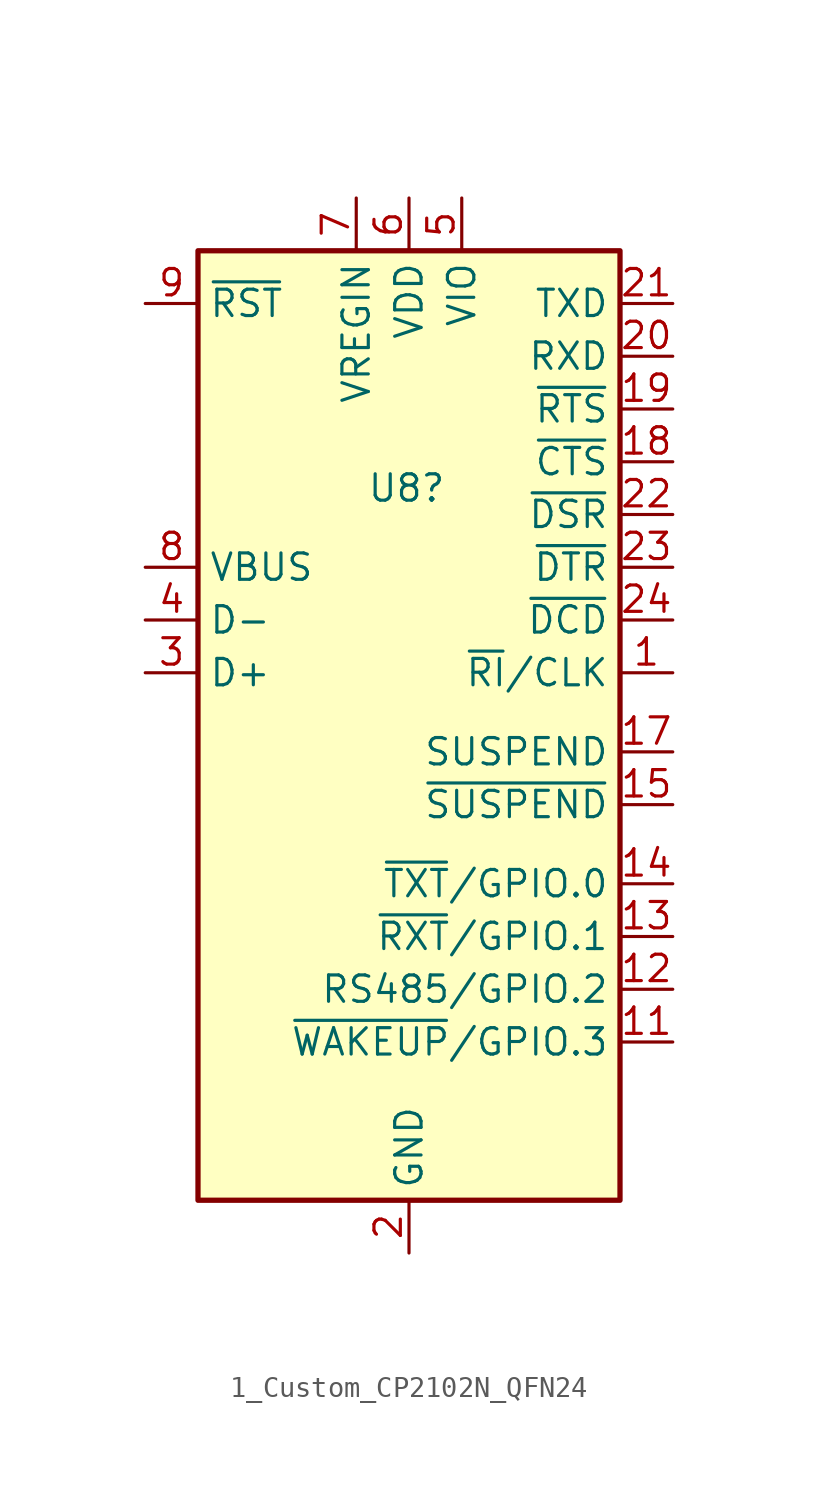
<source format=kicad_sym>
(kicad_symbol_lib
  (version 20241209)
  (generator "kicad_symbol_editor")
  (generator_version "9.0")
  (symbol "1_Custom_CP2102N_QFN24"
    (property "Reference" "U8"
      (at -2.032 13.97 0)
      (effects (font (size 1.27 1.27)) (justify left)))
    (symbol "1_Custom_CP2102N_QFN24_0_1"
      (rectangle (start -10.16 25.4) (end 10.16 -20.32) (stroke (width 0.254) (type default)) (fill (type background))))
    (symbol "1_Custom_CP2102N_QFN24_1_1"
      (pin input line (at -12.7 22.86 0) (length 2.54) (name "~{RST}" (effects (font (size 1.27 1.27)))) (number "9" (effects (font (size 1.27 1.27)))))
      (pin input line (at -12.7 10.16 0) (length 2.54) (name "VBUS" (effects (font (size 1.27 1.27)))) (number "8" (effects (font (size 1.27 1.27)))))
      (pin bidirectional line (at -12.7 7.62 0) (length 2.54) (name "D-" (effects (font (size 1.27 1.27)))) (number "4" (effects (font (size 1.27 1.27)))))
      (pin bidirectional line (at -12.7 5.08 0) (length 2.54) (name "D+" (effects (font (size 1.27 1.27)))) (number "3" (effects (font (size 1.27 1.27)))))
      (pin no_connect line (at -10.16 -20.32 0) (length 2.54) (hide yes) (name "NC" (effects (font (size 1.27 1.27)))) (number "10" (effects (font (size 1.27 1.27)))))
      (pin power_in line (at -2.54 27.94 270) (length 2.54) (name "VREGIN" (effects (font (size 1.27 1.27)))) (number "7" (effects (font (size 1.27 1.27)))))
      (pin power_in line (at 0 27.94 270) (length 2.54) (name "VDD" (effects (font (size 1.27 1.27)))) (number "6" (effects (font (size 1.27 1.27)))))
      (pin power_in line (at 0 -22.86 90) (length 2.54) (name "GND" (effects (font (size 1.27 1.27)))) (number "2" (effects (font (size 1.27 1.27)))))
      (pin passive line (at 0 -22.86 90) (length 2.54) (hide yes) (name "GND" (effects (font (size 1.27 1.27)))) (number "25" (effects (font (size 1.27 1.27)))))
      (pin power_in line (at 2.54 27.94 270) (length 2.54) (name "VIO" (effects (font (size 1.27 1.27)))) (number "5" (effects (font (size 1.27 1.27)))))
      (pin no_connect line (at 10.16 -20.32 180) (length 2.54) (hide yes) (name "NC" (effects (font (size 1.27 1.27)))) (number "16" (effects (font (size 1.27 1.27)))))
      (pin output line (at 12.7 22.86 180) (length 2.54) (name "TXD" (effects (font (size 1.27 1.27)))) (number "21" (effects (font (size 1.27 1.27)))))
      (pin input line (at 12.7 20.32 180) (length 2.54) (name "RXD" (effects (font (size 1.27 1.27)))) (number "20" (effects (font (size 1.27 1.27)))))
      (pin output line (at 12.7 17.78 180) (length 2.54) (name "~{RTS}" (effects (font (size 1.27 1.27)))) (number "19" (effects (font (size 1.27 1.27)))))
      (pin input line (at 12.7 15.24 180) (length 2.54) (name "~{CTS}" (effects (font (size 1.27 1.27)))) (number "18" (effects (font (size 1.27 1.27)))))
      (pin input line (at 12.7 12.7 180) (length 2.54) (name "~{DSR}" (effects (font (size 1.27 1.27)))) (number "22" (effects (font (size 1.27 1.27)))))
      (pin output line (at 12.7 10.16 180) (length 2.54) (name "~{DTR}" (effects (font (size 1.27 1.27)))) (number "23" (effects (font (size 1.27 1.27)))))
      (pin input line (at 12.7 7.62 180) (length 2.54) (name "~{DCD}" (effects (font (size 1.27 1.27)))) (number "24" (effects (font (size 1.27 1.27)))))
      (pin bidirectional line (at 12.7 5.08 180) (length 2.54) (name "~{RI}/CLK" (effects (font (size 1.27 1.27)))) (number "1" (effects (font (size 1.27 1.27)))))
      (pin output line (at 12.7 1.27 180) (length 2.54) (name "SUSPEND" (effects (font (size 1.27 1.27)))) (number "17" (effects (font (size 1.27 1.27)))))
      (pin output line (at 12.7 -1.27 180) (length 2.54) (name "~{SUSPEND}" (effects (font (size 1.27 1.27)))) (number "15" (effects (font (size 1.27 1.27)))))
      (pin bidirectional line (at 12.7 -5.08 180) (length 2.54) (name "~{TXT}/GPIO.0" (effects (font (size 1.27 1.27)))) (number "14" (effects (font (size 1.27 1.27)))))
      (pin bidirectional line (at 12.7 -7.62 180) (length 2.54) (name "~{RXT}/GPIO.1" (effects (font (size 1.27 1.27)))) (number "13" (effects (font (size 1.27 1.27)))))
      (pin bidirectional line (at 12.7 -10.16 180) (length 2.54) (name "RS485/GPIO.2" (effects (font (size 1.27 1.27)))) (number "12" (effects (font (size 1.27 1.27)))))
      (pin bidirectional line (at 12.7 -12.7 180) (length 2.54) (name "~{WAKEUP}/GPIO.3" (effects (font (size 1.27 1.27)))) (number "11" (effects (font (size 1.27 1.27))))))))
</source>
